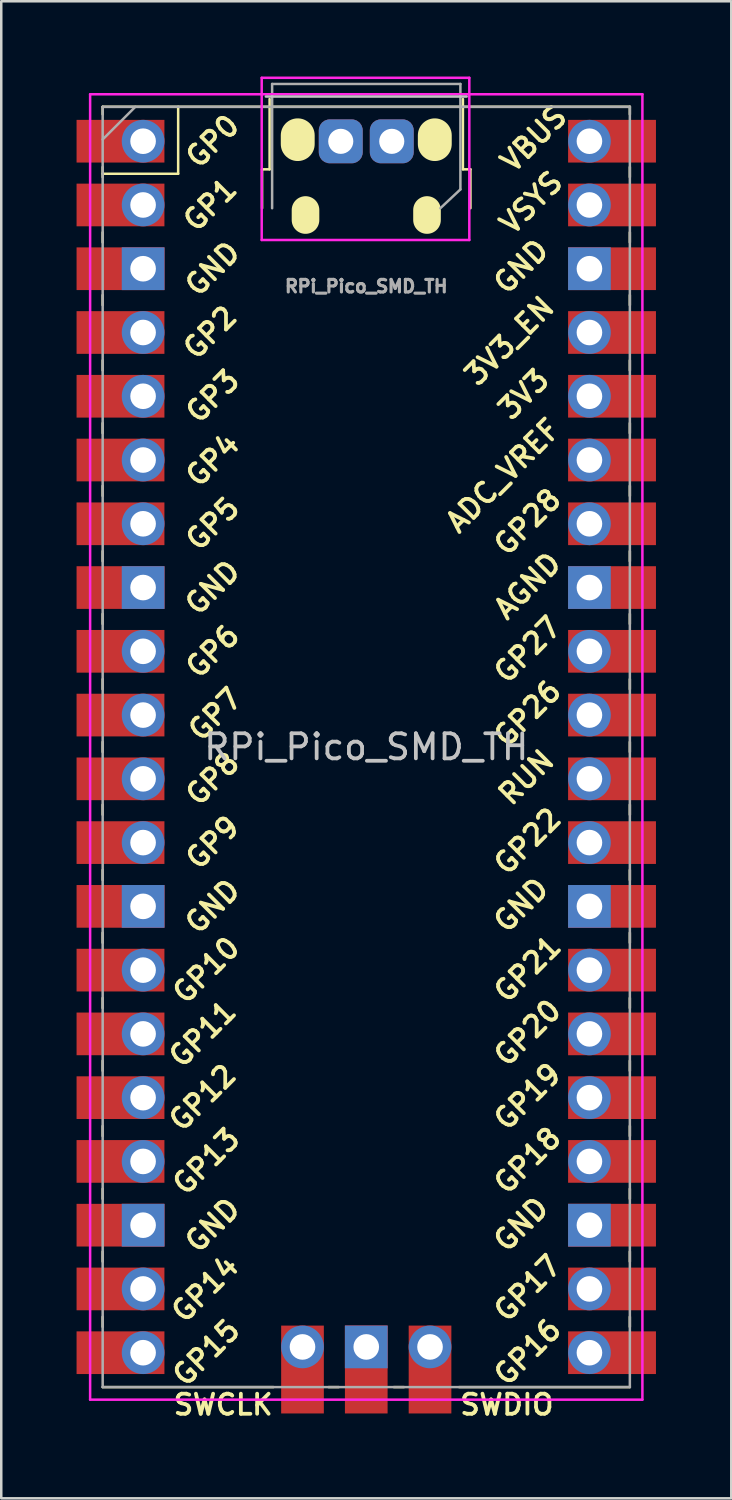
<source format=kicad_pcb>
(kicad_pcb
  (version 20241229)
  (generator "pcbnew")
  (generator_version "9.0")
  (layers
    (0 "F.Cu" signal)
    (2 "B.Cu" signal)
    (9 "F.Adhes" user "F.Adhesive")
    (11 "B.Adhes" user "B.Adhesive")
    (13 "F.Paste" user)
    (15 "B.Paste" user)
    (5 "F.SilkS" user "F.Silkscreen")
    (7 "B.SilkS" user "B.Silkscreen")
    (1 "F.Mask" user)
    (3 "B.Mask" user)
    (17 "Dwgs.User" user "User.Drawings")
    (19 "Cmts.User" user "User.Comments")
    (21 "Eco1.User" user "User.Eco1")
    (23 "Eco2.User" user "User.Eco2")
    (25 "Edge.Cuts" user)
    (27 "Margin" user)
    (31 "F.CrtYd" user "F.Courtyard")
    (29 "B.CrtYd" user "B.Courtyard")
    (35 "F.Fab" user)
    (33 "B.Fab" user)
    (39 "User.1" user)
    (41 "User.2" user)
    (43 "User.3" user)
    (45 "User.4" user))
  (footprint "RPi_Pico_SMD_TH"
    (layer "F.Cu")
    (at 11.54 26.705)
    (property "Reference" "RPi_Pico_SMD_TH" (at 0 0 0) (layer "Dwgs.User") (effects (font (size 1 1) (thickness 0.15))))
    (attr through_hole)
    (fp_line (start -10.5 -25.5) (end -10.5 -25.2) (stroke (width 0.1) (type solid)) (layer "F.SilkS"))
    (fp_line (start -10.5 -25.5) (end 10.5 -25.5) (stroke (width 0.1) (type solid)) (layer "F.SilkS"))
    (fp_line (start -10.5 -23.1) (end -10.5 -22.7) (stroke (width 0.1) (type solid)) (layer "F.SilkS"))
    (fp_line (start -10.5 -22.833) (end -7.493 -22.833) (stroke (width 0.1) (type solid)) (layer "F.SilkS"))
    (fp_line (start -10.5 -20.5) (end -10.5 -20.1) (stroke (width 0.1) (type solid)) (layer "F.SilkS"))
    (fp_line (start -10.5 -18) (end -10.5 -17.6) (stroke (width 0.1) (type solid)) (layer "F.SilkS"))
    (fp_line (start -10.5 -15.4) (end -10.5 -15) (stroke (width 0.1) (type solid)) (layer "F.SilkS"))
    (fp_line (start -10.5 -12.9) (end -10.5 -12.5) (stroke (width 0.1) (type solid)) (layer "F.SilkS"))
    (fp_line (start -10.5 -10.4) (end -10.5 -10) (stroke (width 0.1) (type solid)) (layer "F.SilkS"))
    (fp_line (start -10.5 -7.8) (end -10.5 -7.4) (stroke (width 0.1) (type solid)) (layer "F.SilkS"))
    (fp_line (start -10.5 -5.3) (end -10.5 -4.9) (stroke (width 0.1) (type solid)) (layer "F.SilkS"))
    (fp_line (start -10.5 -2.7) (end -10.5 -2.3) (stroke (width 0.1) (type solid)) (layer "F.SilkS"))
    (fp_line (start -10.5 -0.2) (end -10.5 0.2) (stroke (width 0.1) (type solid)) (layer "F.SilkS"))
    (fp_line (start -10.5 2.3) (end -10.5 2.7) (stroke (width 0.1) (type solid)) (layer "F.SilkS"))
    (fp_line (start -10.5 4.9) (end -10.5 5.3) (stroke (width 0.1) (type solid)) (layer "F.SilkS"))
    (fp_line (start -10.5 7.4) (end -10.5 7.8) (stroke (width 0.1) (type solid)) (layer "F.SilkS"))
    (fp_line (start -10.5 10) (end -10.5 10.4) (stroke (width 0.1) (type solid)) (layer "F.SilkS"))
    (fp_line (start -10.5 12.5) (end -10.5 12.9) (stroke (width 0.1) (type solid)) (layer "F.SilkS"))
    (fp_line (start -10.5 15.1) (end -10.5 15.5) (stroke (width 0.1) (type solid)) (layer "F.SilkS"))
    (fp_line (start -10.5 17.6) (end -10.5 18) (stroke (width 0.1) (type solid)) (layer "F.SilkS"))
    (fp_line (start -10.5 20.1) (end -10.5 20.5) (stroke (width 0.1) (type solid)) (layer "F.SilkS"))
    (fp_line (start -10.5 22.7) (end -10.5 23.1) (stroke (width 0.1) (type solid)) (layer "F.SilkS"))
    (fp_line (start -7.493 -22.833) (end -7.493 -25.5) (stroke (width 0.1) (type solid)) (layer "F.SilkS"))
    (fp_line (start -4.15 -23.01) (end -4.15 -21.46) (stroke (width 0.1) (type solid)) (layer "F.SilkS"))
    (fp_line (start -3.85 -25.81) (end -3.85 -23.01) (stroke (width 0.1) (type solid)) (layer "F.SilkS"))
    (fp_line (start -3.85 -23.01) (end -4.15 -23.01) (stroke (width 0.1) (type solid)) (layer "F.SilkS"))
    (fp_line (start -3.7 25.5) (end -10.5 25.5) (stroke (width 0.1) (type solid)) (layer "F.SilkS"))
    (fp_line (start -1.5 25.5) (end -1.1 25.5) (stroke (width 0.1) (type solid)) (layer "F.SilkS"))
    (fp_line (start 1.1 25.5) (end 1.5 25.5) (stroke (width 0.1) (type solid)) (layer "F.SilkS"))
    (fp_line (start 3.85 -25.81) (end 3.85 -23.01) (stroke (width 0.1) (type solid)) (layer "F.SilkS"))
    (fp_line (start 4.15 -23.01) (end 3.85 -23.01) (stroke (width 0.1) (type solid)) (layer "F.SilkS"))
    (fp_line (start 4.15 -23.01) (end 4.15 -21.46) (stroke (width 0.1) (type solid)) (layer "F.SilkS"))
    (fp_line (start 10.5 -25.5) (end 10.5 -25.2) (stroke (width 0.1) (type solid)) (layer "F.SilkS"))
    (fp_line (start 10.5 -23.1) (end 10.5 -22.7) (stroke (width 0.1) (type solid)) (layer "F.SilkS"))
    (fp_line (start 10.5 -20.5) (end 10.5 -20.1) (stroke (width 0.1) (type solid)) (layer "F.SilkS"))
    (fp_line (start 10.5 -18) (end 10.5 -17.6) (stroke (width 0.1) (type solid)) (layer "F.SilkS"))
    (fp_line (start 10.5 -15.4) (end 10.5 -15) (stroke (width 0.1) (type solid)) (layer "F.SilkS"))
    (fp_line (start 10.5 -12.9) (end 10.5 -12.5) (stroke (width 0.1) (type solid)) (layer "F.SilkS"))
    (fp_line (start 10.5 -10.4) (end 10.5 -10) (stroke (width 0.1) (type solid)) (layer "F.SilkS"))
    (fp_line (start 10.5 -7.8) (end 10.5 -7.4) (stroke (width 0.1) (type solid)) (layer "F.SilkS"))
    (fp_line (start 10.5 -5.3) (end 10.5 -4.9) (stroke (width 0.1) (type solid)) (layer "F.SilkS"))
    (fp_line (start 10.5 -2.7) (end 10.5 -2.3) (stroke (width 0.1) (type solid)) (layer "F.SilkS"))
    (fp_line (start 10.5 -0.2) (end 10.5 0.2) (stroke (width 0.1) (type solid)) (layer "F.SilkS"))
    (fp_line (start 10.5 2.3) (end 10.5 2.7) (stroke (width 0.1) (type solid)) (layer "F.SilkS"))
    (fp_line (start 10.5 4.9) (end 10.5 5.3) (stroke (width 0.1) (type solid)) (layer "F.SilkS"))
    (fp_line (start 10.5 7.4) (end 10.5 7.8) (stroke (width 0.1) (type solid)) (layer "F.SilkS"))
    (fp_line (start 10.5 10) (end 10.5 10.4) (stroke (width 0.1) (type solid)) (layer "F.SilkS"))
    (fp_line (start 10.5 12.5) (end 10.5 12.9) (stroke (width 0.1) (type solid)) (layer "F.SilkS"))
    (fp_line (start 10.5 15.1) (end 10.5 15.5) (stroke (width 0.1) (type solid)) (layer "F.SilkS"))
    (fp_line (start 10.5 17.6) (end 10.5 18) (stroke (width 0.1) (type solid)) (layer "F.SilkS"))
    (fp_line (start 10.5 20.1) (end 10.5 20.5) (stroke (width 0.1) (type solid)) (layer "F.SilkS"))
    (fp_line (start 10.5 22.7) (end 10.5 23.1) (stroke (width 0.1) (type solid)) (layer "F.SilkS"))
    (fp_line (start 10.5 25.5) (end 3.7 25.5) (stroke (width 0.1) (type solid)) (layer "F.SilkS"))
    (fp_line (start 4 -25.91) (end -4 -25.91) (stroke (width 0.1) (type solid)) (layer "Dwgs.User"))
    (fp_line (start -11 -26) (end 11 -26) (stroke (width 0.1) (type solid)) (layer "F.CrtYd"))
    (fp_line (start -11 26) (end -11 -26) (stroke (width 0.1) (type solid)) (layer "F.CrtYd"))
    (fp_line (start -4.165 -26.655) (end -4.165 -20.195) (stroke (width 0.1) (type solid)) (layer "F.CrtYd"))
    (fp_line (start -4.165 -26.655) (end 4.105 -26.655) (stroke (width 0.1) (type solid)) (layer "F.CrtYd"))
    (fp_line (start 4.105 -20.195) (end -4.165 -20.195) (stroke (width 0.1) (type solid)) (layer "F.CrtYd"))
    (fp_line (start 4.105 -20.195) (end 4.105 -26.655) (stroke (width 0.1) (type solid)) (layer "F.CrtYd"))
    (fp_line (start 11 -26) (end 11 26) (stroke (width 0.1) (type solid)) (layer "F.CrtYd"))
    (fp_line (start 11 26) (end -11 26) (stroke (width 0.1) (type solid)) (layer "F.CrtYd"))
    (fp_line (start -10.5 -25.5) (end 10.5 -25.5) (stroke (width 0.1) (type solid)) (layer "F.Fab"))
    (fp_line (start -10.5 -24.2) (end -9.2 -25.5) (stroke (width 0.1) (type solid)) (layer "F.Fab"))
    (fp_line (start -10.5 25.5) (end -10.5 -25.5) (stroke (width 0.1) (type solid)) (layer "F.Fab"))
    (fp_line (start -3.75 -26.41) (end 3.75 -26.41) (stroke (width 0.1) (type solid)) (layer "F.Fab"))
    (fp_line (start -3.75 -21.46) (end -3.75 -26.41) (stroke (width 0.1) (type solid)) (layer "F.Fab"))
    (fp_line (start 3.75 -26.41) (end 3.75 -22.21) (stroke (width 0.1) (type solid)) (layer "F.Fab"))
    (fp_line (start 3.75 -22.21) (end 2.95 -21.46) (stroke (width 0.1) (type solid)) (layer "F.Fab"))
    (fp_line (start 10.5 -25.5) (end 10.5 25.5) (stroke (width 0.1) (type solid)) (layer "F.Fab"))
    (fp_line (start 10.5 25.5) (end -10.5 25.5) (stroke (width 0.1) (type solid)) (layer "F.Fab"))
    (fp_text user "GP13" (at -6.375 16.51 45) (layer "F.SilkS") (effects (font (size 0.8 0.8) (thickness 0.15))))
    (fp_text user "GP5" (at -6.121 -8.89 45) (layer "F.SilkS") (effects (font (size 0.8 0.8) (thickness 0.15))))
    (fp_text user "GND" (at 6.171 -19.138 45) (layer "F.SilkS") (effects (font (size 0.8 0.8) (thickness 0.15))))
    (fp_text user "VBUS" (at 6.671 -24.225 45) (layer "F.SilkS") (effects (font (size 0.8 0.8) (thickness 0.15))))
    (fp_text user "GP4" (at -6.121 -11.43 45) (layer "F.SilkS") (effects (font (size 0.8 0.8) (thickness 0.15))))
    (fp_text user "GP19" (at 6.425 13.93 45) (layer "F.SilkS") (effects (font (size 0.8 0.8) (thickness 0.15))))
    (fp_text user "GP2" (at -6.221 -16.51 45) (layer "F.SilkS") (effects (font (size 0.8 0.8) (thickness 0.15))))
    (fp_text user "GP18" (at 6.425 16.474 45) (layer "F.SilkS") (effects (font (size 0.8 0.8) (thickness 0.15))))
    (fp_text user "GP21" (at 6.425 8.843 45) (layer "F.SilkS") (effects (font (size 0.8 0.8) (thickness 0.15))))
    (fp_text user "AGND" (at 6.425 -6.419 45) (layer "F.SilkS") (effects (font (size 0.8 0.8) (thickness 0.15))))
    (fp_text user "3V3" (at 6.271 -14.05 45) (layer "F.SilkS") (effects (font (size 0.8 0.8) (thickness 0.15))))
    (fp_text user "GND" (at -6.121 -19.05 45) (layer "F.SilkS") (effects (font (size 0.8 0.8) (thickness 0.15))))
    (fp_text user "GND" (at 6.171 6.299 45) (layer "F.SilkS") (effects (font (size 0.8 0.8) (thickness 0.15))))
    (fp_text user "VSYS" (at 6.571 -21.681 45) (layer "F.SilkS") (effects (font (size 0.8 0.8) (thickness 0.15))))
    (fp_text user "ADC_VREF" (at 5.45 -10.811 45) (layer "F.SilkS") (effects (font (size 0.8 0.8) (thickness 0.15))))
    (fp_text user "GP28" (at 6.425 -8.963 45) (layer "F.SilkS") (effects (font (size 0.8 0.8) (thickness 0.15))))
    (fp_text user "GP27" (at 6.425 -3.876 45) (layer "F.SilkS") (effects (font (size 0.8 0.8) (thickness 0.15))))
    (fp_text user "GND" (at -6.121 19.05 45) (layer "F.SilkS") (effects (font (size 0.8 0.8) (thickness 0.15))))
    (fp_text user "GND" (at -6.121 -6.35 45) (layer "F.SilkS") (effects (font (size 0.8 0.8) (thickness 0.15))))
    (fp_text user "GND" (at 6.171 19.018 45) (layer "F.SilkS") (effects (font (size 0.8 0.8) (thickness 0.15))))
    (fp_text user "GP1" (at -6.221 -21.6 45) (layer "F.SilkS") (effects (font (size 0.8 0.8) (thickness 0.15))))
    (fp_text user "SWCLK" (at -5.7 26.2 0) (layer "F.SilkS") (effects (font (size 0.8 0.8) (thickness 0.15))))
    (fp_text user "GP3" (at -6.121 -13.97 45) (layer "F.SilkS") (effects (font (size 0.8 0.8) (thickness 0.15))))
    (fp_text user "GND" (at -6.121 6.35 45) (layer "F.SilkS") (effects (font (size 0.8 0.8) (thickness 0.15))))
    (fp_text user "GP8" (at -6.121 1.27 45) (layer "F.SilkS") (effects (font (size 0.8 0.8) (thickness 0.15))))
    (fp_text user "GP15" (at -6.375 24.13 45) (layer "F.SilkS") (effects (font (size 0.8 0.8) (thickness 0.15))))
    (fp_text user "GP9" (at -6.121 3.81 45) (layer "F.SilkS") (effects (font (size 0.8 0.8) (thickness 0.15))))
    (fp_text user "GP17" (at 6.425 21.561 45) (layer "F.SilkS") (effects (font (size 0.8 0.8) (thickness 0.15))))
    (fp_text user "GP7" (at -6.021 -1.3 45) (layer "F.SilkS") (effects (font (size 0.8 0.8) (thickness 0.15))))
    (fp_text user "GP6" (at -6.121 -3.81 45) (layer "F.SilkS") (effects (font (size 0.8 0.8) (thickness 0.15))))
    (fp_text user "GP20" (at 6.425 11.387 45) (layer "F.SilkS") (effects (font (size 0.8 0.8) (thickness 0.15))))
    (fp_text user "GP16" (at 6.425 24.105 45) (layer "F.SilkS") (effects (font (size 0.8 0.8) (thickness 0.15))))
    (fp_text user "3V3_EN" (at 5.7 -16.175 45) (layer "F.SilkS") (effects (font (size 0.8 0.8) (thickness 0.15))))
    (fp_text user "GP22" (at 6.425 3.756 45) (layer "F.SilkS") (effects (font (size 0.8 0.8) (thickness 0.15))))
    (fp_text user "RUN" (at 6.371 1.212 45) (layer "F.SilkS") (effects (font (size 0.8 0.8) (thickness 0.15))))
    (fp_text user "SWDIO" (at 5.6 26.2 0) (layer "F.SilkS") (effects (font (size 0.8 0.8) (thickness 0.15))))
    (fp_text user "GP26" (at 6.425 -1.332 45) (layer "F.SilkS") (effects (font (size 0.8 0.8) (thickness 0.15))))
    (fp_text user "GP10" (at -6.375 8.89 45) (layer "F.SilkS") (effects (font (size 0.8 0.8) (thickness 0.15))))
    (fp_text user "GP11" (at -6.521 11.43 45) (layer "F.SilkS") (effects (font (size 0.8 0.8) (thickness 0.15))))
    (fp_text user "GP14" (at -6.421 21.59 45) (layer "F.SilkS") (effects (font (size 0.8 0.8) (thickness 0.15))))
    (fp_text user "GP12" (at -6.521 13.97 45) (layer "F.SilkS") (effects (font (size 0.8 0.8) (thickness 0.15))))
    (fp_text user "GP0" (at -6.121 -24.13 45) (layer "F.SilkS") (effects (font (size 0.8 0.8) (thickness 0.15))))
    (fp_text user "${REFERENCE}" (at 0 -18.35 180) (layer "F.Fab") (effects (font (size 0.5 0.5) (thickness 0.125))))
    (pad "" smd oval (at -2.73 -24.19 270) (size 1.7 1.35) (layers "F.SilkS"))
    (pad "" smd oval (at -2.42 -21.19 270) (size 1.5 1.1) (layers "F.SilkS"))
    (pad "" smd oval (at 2.42 -21.19 270) (size 1.5 1.1) (layers "F.SilkS"))
    (pad "" smd oval (at 2.73 -24.19 270) (size 1.7 1.35) (layers "F.SilkS"))
    (pad "1" thru_hole oval (at -8.89 -24.13) (size 1.7 1.7) (drill 1.02) (layers "*.Cu" "*.Mask"))
    (pad "1" smd rect (at -8.89 -24.13) (size 3.5 1.7) (drill (offset -0.9 0)) (layers "F.Cu" "F.Mask"))
    (pad "2" thru_hole oval (at -8.89 -21.59) (size 1.7 1.7) (drill 1.02) (layers "*.Cu" "*.Mask"))
    (pad "2" smd rect (at -8.89 -21.59) (size 3.5 1.7) (drill (offset -0.9 0)) (layers "F.Cu" "F.Mask"))
    (pad "3" thru_hole rect (at -8.89 -19.05) (size 1.7 1.7) (drill 1.02) (layers "*.Cu" "*.Mask"))
    (pad "3" smd rect (at -8.89 -19.05) (size 3.5 1.7) (drill (offset -0.9 0)) (layers "F.Cu" "F.Mask"))
    (pad "4" thru_hole oval (at -8.89 -16.51) (size 1.7 1.7) (drill 1.02) (layers "*.Cu" "*.Mask"))
    (pad "4" smd rect (at -8.89 -16.51) (size 3.5 1.7) (drill (offset -0.9 0)) (layers "F.Cu" "F.Mask"))
    (pad "5" thru_hole oval (at -8.89 -13.97) (size 1.7 1.7) (drill 1.02) (layers "*.Cu" "*.Mask"))
    (pad "5" smd rect (at -8.89 -13.97) (size 3.5 1.7) (drill (offset -0.9 0)) (layers "F.Cu" "F.Mask"))
    (pad "6" thru_hole oval (at -8.89 -11.43) (size 1.7 1.7) (drill 1.02) (layers "*.Cu" "*.Mask"))
    (pad "6" smd rect (at -8.89 -11.43) (size 3.5 1.7) (drill (offset -0.9 0)) (layers "F.Cu" "F.Mask"))
    (pad "7" thru_hole oval (at -8.89 -8.89) (size 1.7 1.7) (drill 1.02) (layers "*.Cu" "*.Mask"))
    (pad "7" smd rect (at -8.89 -8.89) (size 3.5 1.7) (drill (offset -0.9 0)) (layers "F.Cu" "F.Mask"))
    (pad "8" thru_hole rect (at -8.89 -6.35) (size 1.7 1.7) (drill 1.02) (layers "*.Cu" "*.Mask"))
    (pad "8" smd rect (at -8.89 -6.35) (size 3.5 1.7) (drill (offset -0.9 0)) (layers "F.Cu" "F.Mask"))
    (pad "9" thru_hole oval (at -8.89 -3.81) (size 1.7 1.7) (drill 1.02) (layers "*.Cu" "*.Mask"))
    (pad "9" smd rect (at -8.89 -3.81) (size 3.5 1.7) (drill (offset -0.9 0)) (layers "F.Cu" "F.Mask"))
    (pad "10" thru_hole oval (at -8.89 -1.27) (size 1.7 1.7) (drill 1.02) (layers "*.Cu" "*.Mask"))
    (pad "10" smd rect (at -8.89 -1.27) (size 3.5 1.7) (drill (offset -0.9 0)) (layers "F.Cu" "F.Mask"))
    (pad "11" thru_hole oval (at -8.89 1.27) (size 1.7 1.7) (drill 1.02) (layers "*.Cu" "*.Mask"))
    (pad "11" smd rect (at -8.89 1.27) (size 3.5 1.7) (drill (offset -0.9 0)) (layers "F.Cu" "F.Mask"))
    (pad "12" thru_hole oval (at -8.89 3.81) (size 1.7 1.7) (drill 1.02) (layers "*.Cu" "*.Mask"))
    (pad "12" smd rect (at -8.89 3.81) (size 3.5 1.7) (drill (offset -0.9 0)) (layers "F.Cu" "F.Mask"))
    (pad "13" thru_hole rect (at -8.89 6.35) (size 1.7 1.7) (drill 1.02) (layers "*.Cu" "*.Mask"))
    (pad "13" smd rect (at -8.89 6.35) (size 3.5 1.7) (drill (offset -0.9 0)) (layers "F.Cu" "F.Mask"))
    (pad "14" thru_hole oval (at -8.89 8.89) (size 1.7 1.7) (drill 1.02) (layers "*.Cu" "*.Mask"))
    (pad "14" smd rect (at -8.89 8.89) (size 3.5 1.7) (drill (offset -0.9 0)) (layers "F.Cu" "F.Mask"))
    (pad "15" thru_hole oval (at -8.89 11.43) (size 1.7 1.7) (drill 1.02) (layers "*.Cu" "*.Mask"))
    (pad "15" smd rect (at -8.89 11.43) (size 3.5 1.7) (drill (offset -0.9 0)) (layers "F.Cu" "F.Mask"))
    (pad "16" thru_hole oval (at -8.89 13.97) (size 1.7 1.7) (drill 1.02) (layers "*.Cu" "*.Mask"))
    (pad "16" smd rect (at -8.89 13.97) (size 3.5 1.7) (drill (offset -0.9 0)) (layers "F.Cu" "F.Mask"))
    (pad "17" thru_hole oval (at -8.89 16.51) (size 1.7 1.7) (drill 1.02) (layers "*.Cu" "*.Mask"))
    (pad "17" smd rect (at -8.89 16.51) (size 3.5 1.7) (drill (offset -0.9 0)) (layers "F.Cu" "F.Mask"))
    (pad "18" thru_hole rect (at -8.89 19.05) (size 1.7 1.7) (drill 1.02) (layers "*.Cu" "*.Mask"))
    (pad "18" smd rect (at -8.89 19.05) (size 3.5 1.7) (drill (offset -0.9 0)) (layers "F.Cu" "F.Mask"))
    (pad "19" thru_hole oval (at -8.89 21.59) (size 1.7 1.7) (drill 1.02) (layers "*.Cu" "*.Mask"))
    (pad "19" smd rect (at -8.89 21.59) (size 3.5 1.7) (drill (offset -0.9 0)) (layers "F.Cu" "F.Mask"))
    (pad "20" thru_hole oval (at -8.89 24.13) (size 1.7 1.7) (drill 1.02) (layers "*.Cu" "*.Mask"))
    (pad "20" smd rect (at -8.89 24.13) (size 3.5 1.7) (drill (offset -0.9 0)) (layers "F.Cu" "F.Mask"))
    (pad "21" thru_hole oval (at 8.89 24.13) (size 1.7 1.7) (drill 1.02) (layers "*.Cu" "*.Mask"))
    (pad "21" smd rect (at 8.89 24.13) (size 3.5 1.7) (drill (offset 0.9 0)) (layers "F.Cu" "F.Mask"))
    (pad "22" thru_hole oval (at 8.89 21.59) (size 1.7 1.7) (drill 1.02) (layers "*.Cu" "*.Mask"))
    (pad "22" smd rect (at 8.89 21.59) (size 3.5 1.7) (drill (offset 0.9 0)) (layers "F.Cu" "F.Mask"))
    (pad "23" thru_hole rect (at 8.89 19.05) (size 1.7 1.7) (drill 1.02) (layers "*.Cu" "*.Mask"))
    (pad "23" smd rect (at 8.89 19.05) (size 3.5 1.7) (drill (offset 0.9 0)) (layers "F.Cu" "F.Mask"))
    (pad "24" thru_hole oval (at 8.89 16.51) (size 1.7 1.7) (drill 1.02) (layers "*.Cu" "*.Mask"))
    (pad "24" smd rect (at 8.89 16.51) (size 3.5 1.7) (drill (offset 0.9 0)) (layers "F.Cu" "F.Mask"))
    (pad "25" thru_hole oval (at 8.89 13.97) (size 1.7 1.7) (drill 1.02) (layers "*.Cu" "*.Mask"))
    (pad "25" smd rect (at 8.89 13.97) (size 3.5 1.7) (drill (offset 0.9 0)) (layers "F.Cu" "F.Mask"))
    (pad "26" thru_hole oval (at 8.89 11.43) (size 1.7 1.7) (drill 1.02) (layers "*.Cu" "*.Mask"))
    (pad "26" smd rect (at 8.89 11.43) (size 3.5 1.7) (drill (offset 0.9 0)) (layers "F.Cu" "F.Mask"))
    (pad "27" thru_hole oval (at 8.89 8.89) (size 1.7 1.7) (drill 1.02) (layers "*.Cu" "*.Mask"))
    (pad "27" smd rect (at 8.89 8.89) (size 3.5 1.7) (drill (offset 0.9 0)) (layers "F.Cu" "F.Mask"))
    (pad "28" thru_hole rect (at 8.89 6.35) (size 1.7 1.7) (drill 1.02) (layers "*.Cu" "*.Mask"))
    (pad "28" smd rect (at 8.89 6.35) (size 3.5 1.7) (drill (offset 0.9 0)) (layers "F.Cu" "F.Mask"))
    (pad "29" thru_hole oval (at 8.89 3.81) (size 1.7 1.7) (drill 1.02) (layers "*.Cu" "*.Mask"))
    (pad "29" smd rect (at 8.89 3.81) (size 3.5 1.7) (drill (offset 0.9 0)) (layers "F.Cu" "F.Mask"))
    (pad "30" thru_hole oval (at 8.89 1.27) (size 1.7 1.7) (drill 1.02) (layers "*.Cu" "*.Mask"))
    (pad "30" smd rect (at 8.89 1.27) (size 3.5 1.7) (drill (offset 0.9 0)) (layers "F.Cu" "F.Mask"))
    (pad "31" thru_hole oval (at 8.89 -1.27) (size 1.7 1.7) (drill 1.02) (layers "*.Cu" "*.Mask"))
    (pad "31" smd rect (at 8.89 -1.27) (size 3.5 1.7) (drill (offset 0.9 0)) (layers "F.Cu" "F.Mask"))
    (pad "32" thru_hole oval (at 8.89 -3.81) (size 1.7 1.7) (drill 1.02) (layers "*.Cu" "*.Mask"))
    (pad "32" smd rect (at 8.89 -3.81) (size 3.5 1.7) (drill (offset 0.9 0)) (layers "F.Cu" "F.Mask"))
    (pad "33" thru_hole rect (at 8.89 -6.35) (size 1.7 1.7) (drill 1.02) (layers "*.Cu" "*.Mask"))
    (pad "33" smd rect (at 8.89 -6.35) (size 3.5 1.7) (drill (offset 0.9 0)) (layers "F.Cu" "F.Mask"))
    (pad "34" thru_hole oval (at 8.89 -8.89) (size 1.7 1.7) (drill 1.02) (layers "*.Cu" "*.Mask"))
    (pad "34" smd rect (at 8.89 -8.89) (size 3.5 1.7) (drill (offset 0.9 0)) (layers "F.Cu" "F.Mask"))
    (pad "35" thru_hole oval (at 8.89 -11.43) (size 1.7 1.7) (drill 1.02) (layers "*.Cu" "*.Mask"))
    (pad "35" smd rect (at 8.89 -11.43) (size 3.5 1.7) (drill (offset 0.9 0)) (layers "F.Cu" "F.Mask"))
    (pad "36" thru_hole oval (at 8.89 -13.97) (size 1.7 1.7) (drill 1.02) (layers "*.Cu" "*.Mask"))
    (pad "36" smd rect (at 8.89 -13.97) (size 3.5 1.7) (drill (offset 0.9 0)) (layers "F.Cu" "F.Mask"))
    (pad "37" thru_hole oval (at 8.89 -16.51) (size 1.7 1.7) (drill 1.02) (layers "*.Cu" "*.Mask"))
    (pad "37" smd rect (at 8.89 -16.51) (size 3.5 1.7) (drill (offset 0.9 0)) (layers "F.Cu" "F.Mask"))
    (pad "38" thru_hole rect (at 8.89 -19.05) (size 1.7 1.7) (drill 1.02) (layers "*.Cu" "*.Mask"))
    (pad "38" smd rect (at 8.89 -19.05) (size 3.5 1.7) (drill (offset 0.9 0)) (layers "F.Cu" "F.Mask"))
    (pad "39" thru_hole oval (at 8.89 -21.59) (size 1.7 1.7) (drill 1.02) (layers "*.Cu" "*.Mask"))
    (pad "39" smd rect (at 8.89 -21.59) (size 3.5 1.7) (drill (offset 0.9 0)) (layers "F.Cu" "F.Mask"))
    (pad "40" thru_hole oval (at 8.89 -24.13) (size 1.7 1.7) (drill 1.02) (layers "*.Cu" "*.Mask"))
    (pad "40" smd rect (at 8.89 -24.13) (size 3.5 1.7) (drill (offset 0.9 0)) (layers "F.Cu" "F.Mask"))
    (pad "41" thru_hole oval (at -2.54 23.9) (size 1.7 1.7) (drill 1.02) (layers "*.Cu" "*.Mask"))
    (pad "41" smd rect (at -2.54 23.9 90) (size 3.5 1.7) (drill (offset -0.9 0)) (layers "F.Cu" "F.Mask"))
    (pad "42" thru_hole rect (at 0 23.9) (size 1.7 1.7) (drill 1.02) (layers "*.Cu" "*.Mask"))
    (pad "42" smd rect (at 0 23.9 90) (size 3.5 1.7) (drill (offset -0.9 0)) (layers "F.Cu" "F.Mask"))
    (pad "43" thru_hole oval (at 2.54 23.9) (size 1.7 1.7) (drill 1.02) (layers "*.Cu" "*.Mask"))
    (pad "43" smd rect (at 2.54 23.9 90) (size 3.5 1.7) (drill (offset -0.9 0)) (layers "F.Cu" "F.Mask"))
    (pad "TP2" thru_hole roundrect (at 1.016 -24.125) (size 1.75 1.75) (drill 1) (layers "*.Cu" "*.Mask") (roundrect_rratio 0.25))
    (pad "TP3" thru_hole roundrect (at -1.016 -24.125) (size 1.75 1.75) (drill 1) (layers "*.Cu" "*.Mask") (roundrect_rratio 0.25)))
  (gr_rect
    (start -3 -3)
    (end 26.08 56.636)
    (stroke (width 0.1) (type default))
    (fill no)
    (layer "Edge.Cuts")))
</source>
